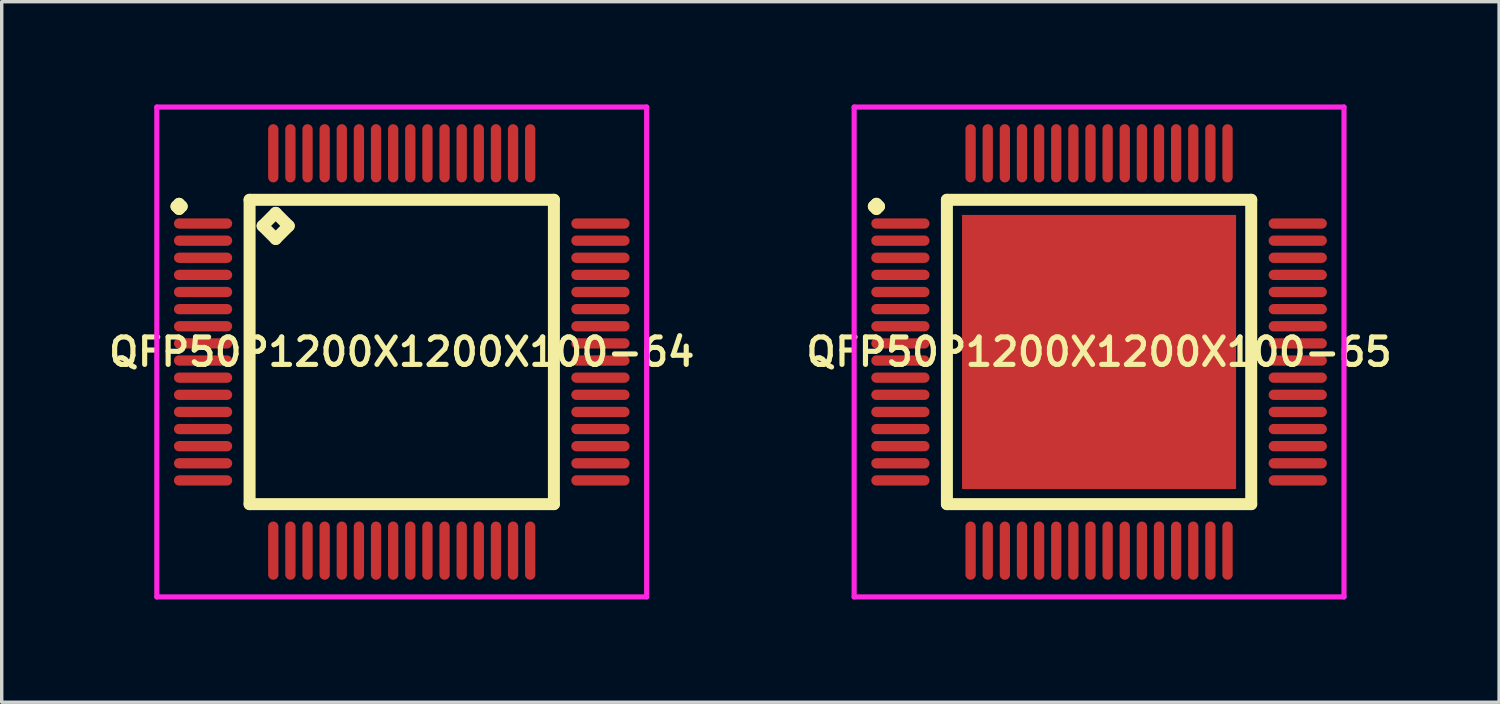
<source format=kicad_pcb>
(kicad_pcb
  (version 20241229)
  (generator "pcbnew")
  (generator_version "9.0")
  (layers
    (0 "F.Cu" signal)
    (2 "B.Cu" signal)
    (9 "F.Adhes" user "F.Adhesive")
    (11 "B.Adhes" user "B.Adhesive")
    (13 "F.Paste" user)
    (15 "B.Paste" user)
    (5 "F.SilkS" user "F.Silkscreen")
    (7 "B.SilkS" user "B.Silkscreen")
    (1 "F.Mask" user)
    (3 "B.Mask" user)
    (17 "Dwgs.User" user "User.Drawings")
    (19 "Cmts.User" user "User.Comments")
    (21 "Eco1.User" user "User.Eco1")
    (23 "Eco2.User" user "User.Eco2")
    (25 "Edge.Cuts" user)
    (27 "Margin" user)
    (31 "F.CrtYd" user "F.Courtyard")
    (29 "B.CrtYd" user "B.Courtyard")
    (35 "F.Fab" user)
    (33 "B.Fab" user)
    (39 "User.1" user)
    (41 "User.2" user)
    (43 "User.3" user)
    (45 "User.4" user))
  (footprint "QFP50P1200X1200X100-64"
    (layer "F.Cu")
    (at 8.678 7.225)
    (property "Reference" "QFP50P1200X1200X100-64" (at 0 0 0) (layer "F.SilkS") (effects (font (size 0.8 0.8) (thickness 0.15))))
    (attr smd)
    (fp_line (start -6.575 -4.25) (end -6.5 -4.325) (stroke (width 0.35) (type solid)) (layer "F.SilkS"))
    (fp_line (start -6.5 -4.325) (end -6.425 -4.25) (stroke (width 0.35) (type solid)) (layer "F.SilkS"))
    (fp_line (start -6.5 -4.175) (end -6.575 -4.25) (stroke (width 0.35) (type solid)) (layer "F.SilkS"))
    (fp_line (start -6.425 -4.25) (end -6.5 -4.175) (stroke (width 0.35) (type solid)) (layer "F.SilkS"))
    (fp_line (start -4.442 -4.442) (end -4.442 4.442) (stroke (width 0.35) (type solid)) (layer "F.SilkS"))
    (fp_line (start -4.442 4.442) (end 4.442 4.442) (stroke (width 0.35) (type solid)) (layer "F.SilkS"))
    (fp_line (start -4.061 -3.68) (end -3.68 -4.061) (stroke (width 0.35) (type solid)) (layer "F.SilkS"))
    (fp_line (start -3.68 -4.061) (end -3.299 -3.68) (stroke (width 0.35) (type solid)) (layer "F.SilkS"))
    (fp_line (start -3.68 -3.299) (end -4.061 -3.68) (stroke (width 0.35) (type solid)) (layer "F.SilkS"))
    (fp_line (start -3.299 -3.68) (end -3.68 -3.299) (stroke (width 0.35) (type solid)) (layer "F.SilkS"))
    (fp_line (start 4.442 -4.442) (end -4.442 -4.442) (stroke (width 0.35) (type solid)) (layer "F.SilkS"))
    (fp_line (start 4.442 4.442) (end 4.442 -4.442) (stroke (width 0.35) (type solid)) (layer "F.SilkS"))
    (fp_line (start -7.15 -7.15) (end 7.15 -7.15) (stroke (width 0.15) (type solid)) (layer "F.CrtYd"))
    (fp_line (start -7.15 7.15) (end -7.15 -7.15) (stroke (width 0.15) (type solid)) (layer "F.CrtYd"))
    (fp_line (start 7.15 -7.15) (end 7.15 7.15) (stroke (width 0.15) (type solid)) (layer "F.CrtYd"))
    (fp_line (start 7.15 7.15) (end -7.15 7.15) (stroke (width 0.15) (type solid)) (layer "F.CrtYd"))
    (pad "1" smd oval (at -5.8 -3.75) (size 1.7 0.3) (layers "F.Cu" "F.Mask" "F.Paste"))
    (pad "2" smd oval (at -5.8 -3.25) (size 1.7 0.3) (layers "F.Cu" "F.Mask" "F.Paste"))
    (pad "3" smd oval (at -5.8 -2.75) (size 1.7 0.3) (layers "F.Cu" "F.Mask" "F.Paste"))
    (pad "4" smd oval (at -5.8 -2.25) (size 1.7 0.3) (layers "F.Cu" "F.Mask" "F.Paste"))
    (pad "5" smd oval (at -5.8 -1.75) (size 1.7 0.3) (layers "F.Cu" "F.Mask" "F.Paste"))
    (pad "6" smd oval (at -5.8 -1.25) (size 1.7 0.3) (layers "F.Cu" "F.Mask" "F.Paste"))
    (pad "7" smd oval (at -5.8 -0.75) (size 1.7 0.3) (layers "F.Cu" "F.Mask" "F.Paste"))
    (pad "8" smd oval (at -5.8 -0.25) (size 1.7 0.3) (layers "F.Cu" "F.Mask" "F.Paste"))
    (pad "9" smd oval (at -5.8 0.25) (size 1.7 0.3) (layers "F.Cu" "F.Mask" "F.Paste"))
    (pad "10" smd oval (at -5.8 0.75) (size 1.7 0.3) (layers "F.Cu" "F.Mask" "F.Paste"))
    (pad "11" smd oval (at -5.8 1.25) (size 1.7 0.3) (layers "F.Cu" "F.Mask" "F.Paste"))
    (pad "12" smd oval (at -5.8 1.75) (size 1.7 0.3) (layers "F.Cu" "F.Mask" "F.Paste"))
    (pad "13" smd oval (at -5.8 2.25) (size 1.7 0.3) (layers "F.Cu" "F.Mask" "F.Paste"))
    (pad "14" smd oval (at -5.8 2.75) (size 1.7 0.3) (layers "F.Cu" "F.Mask" "F.Paste"))
    (pad "15" smd oval (at -5.8 3.25) (size 1.7 0.3) (layers "F.Cu" "F.Mask" "F.Paste"))
    (pad "16" smd oval (at -5.8 3.75) (size 1.7 0.3) (layers "F.Cu" "F.Mask" "F.Paste"))
    (pad "17" smd oval (at -3.75 5.8) (size 0.3 1.7) (layers "F.Cu" "F.Mask" "F.Paste"))
    (pad "18" smd oval (at -3.25 5.8) (size 0.3 1.7) (layers "F.Cu" "F.Mask" "F.Paste"))
    (pad "19" smd oval (at -2.75 5.8) (size 0.3 1.7) (layers "F.Cu" "F.Mask" "F.Paste"))
    (pad "20" smd oval (at -2.25 5.8) (size 0.3 1.7) (layers "F.Cu" "F.Mask" "F.Paste"))
    (pad "21" smd oval (at -1.75 5.8) (size 0.3 1.7) (layers "F.Cu" "F.Mask" "F.Paste"))
    (pad "22" smd oval (at -1.25 5.8) (size 0.3 1.7) (layers "F.Cu" "F.Mask" "F.Paste"))
    (pad "23" smd oval (at -0.75 5.8) (size 0.3 1.7) (layers "F.Cu" "F.Mask" "F.Paste"))
    (pad "24" smd oval (at -0.25 5.8) (size 0.3 1.7) (layers "F.Cu" "F.Mask" "F.Paste"))
    (pad "25" smd oval (at 0.25 5.8) (size 0.3 1.7) (layers "F.Cu" "F.Mask" "F.Paste"))
    (pad "26" smd oval (at 0.75 5.8) (size 0.3 1.7) (layers "F.Cu" "F.Mask" "F.Paste"))
    (pad "27" smd oval (at 1.25 5.8) (size 0.3 1.7) (layers "F.Cu" "F.Mask" "F.Paste"))
    (pad "28" smd oval (at 1.75 5.8) (size 0.3 1.7) (layers "F.Cu" "F.Mask" "F.Paste"))
    (pad "29" smd oval (at 2.25 5.8) (size 0.3 1.7) (layers "F.Cu" "F.Mask" "F.Paste"))
    (pad "30" smd oval (at 2.75 5.8) (size 0.3 1.7) (layers "F.Cu" "F.Mask" "F.Paste"))
    (pad "31" smd oval (at 3.25 5.8) (size 0.3 1.7) (layers "F.Cu" "F.Mask" "F.Paste"))
    (pad "32" smd oval (at 3.75 5.8) (size 0.3 1.7) (layers "F.Cu" "F.Mask" "F.Paste"))
    (pad "33" smd oval (at 5.8 3.75) (size 1.7 0.3) (layers "F.Cu" "F.Mask" "F.Paste"))
    (pad "34" smd oval (at 5.8 3.25) (size 1.7 0.3) (layers "F.Cu" "F.Mask" "F.Paste"))
    (pad "35" smd oval (at 5.8 2.75) (size 1.7 0.3) (layers "F.Cu" "F.Mask" "F.Paste"))
    (pad "36" smd oval (at 5.8 2.25) (size 1.7 0.3) (layers "F.Cu" "F.Mask" "F.Paste"))
    (pad "37" smd oval (at 5.8 1.75) (size 1.7 0.3) (layers "F.Cu" "F.Mask" "F.Paste"))
    (pad "38" smd oval (at 5.8 1.25) (size 1.7 0.3) (layers "F.Cu" "F.Mask" "F.Paste"))
    (pad "39" smd oval (at 5.8 0.75) (size 1.7 0.3) (layers "F.Cu" "F.Mask" "F.Paste"))
    (pad "40" smd oval (at 5.8 0.25) (size 1.7 0.3) (layers "F.Cu" "F.Mask" "F.Paste"))
    (pad "41" smd oval (at 5.8 -0.25) (size 1.7 0.3) (layers "F.Cu" "F.Mask" "F.Paste"))
    (pad "42" smd oval (at 5.8 -0.75) (size 1.7 0.3) (layers "F.Cu" "F.Mask" "F.Paste"))
    (pad "43" smd oval (at 5.8 -1.25) (size 1.7 0.3) (layers "F.Cu" "F.Mask" "F.Paste"))
    (pad "44" smd oval (at 5.8 -1.75) (size 1.7 0.3) (layers "F.Cu" "F.Mask" "F.Paste"))
    (pad "45" smd oval (at 5.8 -2.25) (size 1.7 0.3) (layers "F.Cu" "F.Mask" "F.Paste"))
    (pad "46" smd oval (at 5.8 -2.75) (size 1.7 0.3) (layers "F.Cu" "F.Mask" "F.Paste"))
    (pad "47" smd oval (at 5.8 -3.25) (size 1.7 0.3) (layers "F.Cu" "F.Mask" "F.Paste"))
    (pad "48" smd oval (at 5.8 -3.75) (size 1.7 0.3) (layers "F.Cu" "F.Mask" "F.Paste"))
    (pad "49" smd oval (at 3.75 -5.8) (size 0.3 1.7) (layers "F.Cu" "F.Mask" "F.Paste"))
    (pad "50" smd oval (at 3.25 -5.8) (size 0.3 1.7) (layers "F.Cu" "F.Mask" "F.Paste"))
    (pad "51" smd oval (at 2.75 -5.8) (size 0.3 1.7) (layers "F.Cu" "F.Mask" "F.Paste"))
    (pad "52" smd oval (at 2.25 -5.8) (size 0.3 1.7) (layers "F.Cu" "F.Mask" "F.Paste"))
    (pad "53" smd oval (at 1.75 -5.8) (size 0.3 1.7) (layers "F.Cu" "F.Mask" "F.Paste"))
    (pad "54" smd oval (at 1.25 -5.8) (size 0.3 1.7) (layers "F.Cu" "F.Mask" "F.Paste"))
    (pad "55" smd oval (at 0.75 -5.8) (size 0.3 1.7) (layers "F.Cu" "F.Mask" "F.Paste"))
    (pad "56" smd oval (at 0.25 -5.8) (size 0.3 1.7) (layers "F.Cu" "F.Mask" "F.Paste"))
    (pad "57" smd oval (at -0.25 -5.8) (size 0.3 1.7) (layers "F.Cu" "F.Mask" "F.Paste"))
    (pad "58" smd oval (at -0.75 -5.8) (size 0.3 1.7) (layers "F.Cu" "F.Mask" "F.Paste"))
    (pad "59" smd oval (at -1.25 -5.8) (size 0.3 1.7) (layers "F.Cu" "F.Mask" "F.Paste"))
    (pad "60" smd oval (at -1.75 -5.8) (size 0.3 1.7) (layers "F.Cu" "F.Mask" "F.Paste"))
    (pad "61" smd oval (at -2.25 -5.8) (size 0.3 1.7) (layers "F.Cu" "F.Mask" "F.Paste"))
    (pad "62" smd oval (at -2.75 -5.8) (size 0.3 1.7) (layers "F.Cu" "F.Mask" "F.Paste"))
    (pad "63" smd oval (at -3.25 -5.8) (size 0.3 1.7) (layers "F.Cu" "F.Mask" "F.Paste"))
    (pad "64" smd oval (at -3.75 -5.8) (size 0.3 1.7) (layers "F.Cu" "F.Mask" "F.Paste")))
  (footprint "QFP50P1200X1200X100-65"
    (layer "F.Cu")
    (at 29.035 7.225)
    (property "Reference" "QFP50P1200X1200X100-65" (at 0 0 0) (layer "F.SilkS") (effects (font (size 0.8 0.8) (thickness 0.15))))
    (attr smd)
    (fp_line (start -6.575 -4.25) (end -6.5 -4.325) (stroke (width 0.35) (type solid)) (layer "F.SilkS"))
    (fp_line (start -6.5 -4.325) (end -6.425 -4.25) (stroke (width 0.35) (type solid)) (layer "F.SilkS"))
    (fp_line (start -6.5 -4.175) (end -6.575 -4.25) (stroke (width 0.35) (type solid)) (layer "F.SilkS"))
    (fp_line (start -6.425 -4.25) (end -6.5 -4.175) (stroke (width 0.35) (type solid)) (layer "F.SilkS"))
    (fp_line (start -4.442 -4.442) (end -4.442 4.442) (stroke (width 0.35) (type solid)) (layer "F.SilkS"))
    (fp_line (start -4.442 4.442) (end 4.442 4.442) (stroke (width 0.35) (type solid)) (layer "F.SilkS"))
    (fp_line (start 4.442 -4.442) (end -4.442 -4.442) (stroke (width 0.35) (type solid)) (layer "F.SilkS"))
    (fp_line (start 4.442 4.442) (end 4.442 -4.442) (stroke (width 0.35) (type solid)) (layer "F.SilkS"))
    (fp_line (start -7.15 -7.15) (end 7.15 -7.15) (stroke (width 0.15) (type solid)) (layer "F.CrtYd"))
    (fp_line (start -7.15 7.15) (end -7.15 -7.15) (stroke (width 0.15) (type solid)) (layer "F.CrtYd"))
    (fp_line (start 7.15 -7.15) (end 7.15 7.15) (stroke (width 0.15) (type solid)) (layer "F.CrtYd"))
    (fp_line (start 7.15 7.15) (end -7.15 7.15) (stroke (width 0.15) (type solid)) (layer "F.CrtYd"))
    (pad "1" smd oval (at -5.8 -3.75) (size 1.7 0.3) (layers "F.Cu" "F.Mask" "F.Paste"))
    (pad "2" smd oval (at -5.8 -3.25) (size 1.7 0.3) (layers "F.Cu" "F.Mask" "F.Paste"))
    (pad "3" smd oval (at -5.8 -2.75) (size 1.7 0.3) (layers "F.Cu" "F.Mask" "F.Paste"))
    (pad "4" smd oval (at -5.8 -2.25) (size 1.7 0.3) (layers "F.Cu" "F.Mask" "F.Paste"))
    (pad "5" smd oval (at -5.8 -1.75) (size 1.7 0.3) (layers "F.Cu" "F.Mask" "F.Paste"))
    (pad "6" smd oval (at -5.8 -1.25) (size 1.7 0.3) (layers "F.Cu" "F.Mask" "F.Paste"))
    (pad "7" smd oval (at -5.8 -0.75) (size 1.7 0.3) (layers "F.Cu" "F.Mask" "F.Paste"))
    (pad "8" smd oval (at -5.8 -0.25) (size 1.7 0.3) (layers "F.Cu" "F.Mask" "F.Paste"))
    (pad "9" smd oval (at -5.8 0.25) (size 1.7 0.3) (layers "F.Cu" "F.Mask" "F.Paste"))
    (pad "10" smd oval (at -5.8 0.75) (size 1.7 0.3) (layers "F.Cu" "F.Mask" "F.Paste"))
    (pad "11" smd oval (at -5.8 1.25) (size 1.7 0.3) (layers "F.Cu" "F.Mask" "F.Paste"))
    (pad "12" smd oval (at -5.8 1.75) (size 1.7 0.3) (layers "F.Cu" "F.Mask" "F.Paste"))
    (pad "13" smd oval (at -5.8 2.25) (size 1.7 0.3) (layers "F.Cu" "F.Mask" "F.Paste"))
    (pad "14" smd oval (at -5.8 2.75) (size 1.7 0.3) (layers "F.Cu" "F.Mask" "F.Paste"))
    (pad "15" smd oval (at -5.8 3.25) (size 1.7 0.3) (layers "F.Cu" "F.Mask" "F.Paste"))
    (pad "16" smd oval (at -5.8 3.75) (size 1.7 0.3) (layers "F.Cu" "F.Mask" "F.Paste"))
    (pad "17" smd oval (at -3.75 5.8) (size 0.3 1.7) (layers "F.Cu" "F.Mask" "F.Paste"))
    (pad "18" smd oval (at -3.25 5.8) (size 0.3 1.7) (layers "F.Cu" "F.Mask" "F.Paste"))
    (pad "19" smd oval (at -2.75 5.8) (size 0.3 1.7) (layers "F.Cu" "F.Mask" "F.Paste"))
    (pad "20" smd oval (at -2.25 5.8) (size 0.3 1.7) (layers "F.Cu" "F.Mask" "F.Paste"))
    (pad "21" smd oval (at -1.75 5.8) (size 0.3 1.7) (layers "F.Cu" "F.Mask" "F.Paste"))
    (pad "22" smd oval (at -1.25 5.8) (size 0.3 1.7) (layers "F.Cu" "F.Mask" "F.Paste"))
    (pad "23" smd oval (at -0.75 5.8) (size 0.3 1.7) (layers "F.Cu" "F.Mask" "F.Paste"))
    (pad "24" smd oval (at -0.25 5.8) (size 0.3 1.7) (layers "F.Cu" "F.Mask" "F.Paste"))
    (pad "25" smd oval (at 0.25 5.8) (size 0.3 1.7) (layers "F.Cu" "F.Mask" "F.Paste"))
    (pad "26" smd oval (at 0.75 5.8) (size 0.3 1.7) (layers "F.Cu" "F.Mask" "F.Paste"))
    (pad "27" smd oval (at 1.25 5.8) (size 0.3 1.7) (layers "F.Cu" "F.Mask" "F.Paste"))
    (pad "28" smd oval (at 1.75 5.8) (size 0.3 1.7) (layers "F.Cu" "F.Mask" "F.Paste"))
    (pad "29" smd oval (at 2.25 5.8) (size 0.3 1.7) (layers "F.Cu" "F.Mask" "F.Paste"))
    (pad "30" smd oval (at 2.75 5.8) (size 0.3 1.7) (layers "F.Cu" "F.Mask" "F.Paste"))
    (pad "31" smd oval (at 3.25 5.8) (size 0.3 1.7) (layers "F.Cu" "F.Mask" "F.Paste"))
    (pad "32" smd oval (at 3.75 5.8) (size 0.3 1.7) (layers "F.Cu" "F.Mask" "F.Paste"))
    (pad "33" smd oval (at 5.8 3.75) (size 1.7 0.3) (layers "F.Cu" "F.Mask" "F.Paste"))
    (pad "34" smd oval (at 5.8 3.25) (size 1.7 0.3) (layers "F.Cu" "F.Mask" "F.Paste"))
    (pad "35" smd oval (at 5.8 2.75) (size 1.7 0.3) (layers "F.Cu" "F.Mask" "F.Paste"))
    (pad "36" smd oval (at 5.8 2.25) (size 1.7 0.3) (layers "F.Cu" "F.Mask" "F.Paste"))
    (pad "37" smd oval (at 5.8 1.75) (size 1.7 0.3) (layers "F.Cu" "F.Mask" "F.Paste"))
    (pad "38" smd oval (at 5.8 1.25) (size 1.7 0.3) (layers "F.Cu" "F.Mask" "F.Paste"))
    (pad "39" smd oval (at 5.8 0.75) (size 1.7 0.3) (layers "F.Cu" "F.Mask" "F.Paste"))
    (pad "40" smd oval (at 5.8 0.25) (size 1.7 0.3) (layers "F.Cu" "F.Mask" "F.Paste"))
    (pad "41" smd oval (at 5.8 -0.25) (size 1.7 0.3) (layers "F.Cu" "F.Mask" "F.Paste"))
    (pad "42" smd oval (at 5.8 -0.75) (size 1.7 0.3) (layers "F.Cu" "F.Mask" "F.Paste"))
    (pad "43" smd oval (at 5.8 -1.25) (size 1.7 0.3) (layers "F.Cu" "F.Mask" "F.Paste"))
    (pad "44" smd oval (at 5.8 -1.75) (size 1.7 0.3) (layers "F.Cu" "F.Mask" "F.Paste"))
    (pad "45" smd oval (at 5.8 -2.25) (size 1.7 0.3) (layers "F.Cu" "F.Mask" "F.Paste"))
    (pad "46" smd oval (at 5.8 -2.75) (size 1.7 0.3) (layers "F.Cu" "F.Mask" "F.Paste"))
    (pad "47" smd oval (at 5.8 -3.25) (size 1.7 0.3) (layers "F.Cu" "F.Mask" "F.Paste"))
    (pad "48" smd oval (at 5.8 -3.75) (size 1.7 0.3) (layers "F.Cu" "F.Mask" "F.Paste"))
    (pad "49" smd oval (at 3.75 -5.8) (size 0.3 1.7) (layers "F.Cu" "F.Mask" "F.Paste"))
    (pad "50" smd oval (at 3.25 -5.8) (size 0.3 1.7) (layers "F.Cu" "F.Mask" "F.Paste"))
    (pad "51" smd oval (at 2.75 -5.8) (size 0.3 1.7) (layers "F.Cu" "F.Mask" "F.Paste"))
    (pad "52" smd oval (at 2.25 -5.8) (size 0.3 1.7) (layers "F.Cu" "F.Mask" "F.Paste"))
    (pad "53" smd oval (at 1.75 -5.8) (size 0.3 1.7) (layers "F.Cu" "F.Mask" "F.Paste"))
    (pad "54" smd oval (at 1.25 -5.8) (size 0.3 1.7) (layers "F.Cu" "F.Mask" "F.Paste"))
    (pad "55" smd oval (at 0.75 -5.8) (size 0.3 1.7) (layers "F.Cu" "F.Mask" "F.Paste"))
    (pad "56" smd oval (at 0.25 -5.8) (size 0.3 1.7) (layers "F.Cu" "F.Mask" "F.Paste"))
    (pad "57" smd oval (at -0.25 -5.8) (size 0.3 1.7) (layers "F.Cu" "F.Mask" "F.Paste"))
    (pad "58" smd oval (at -0.75 -5.8) (size 0.3 1.7) (layers "F.Cu" "F.Mask" "F.Paste"))
    (pad "59" smd oval (at -1.25 -5.8) (size 0.3 1.7) (layers "F.Cu" "F.Mask" "F.Paste"))
    (pad "60" smd oval (at -1.75 -5.8) (size 0.3 1.7) (layers "F.Cu" "F.Mask" "F.Paste"))
    (pad "61" smd oval (at -2.25 -5.8) (size 0.3 1.7) (layers "F.Cu" "F.Mask" "F.Paste"))
    (pad "62" smd oval (at -2.75 -5.8) (size 0.3 1.7) (layers "F.Cu" "F.Mask" "F.Paste"))
    (pad "63" smd oval (at -3.25 -5.8) (size 0.3 1.7) (layers "F.Cu" "F.Mask" "F.Paste"))
    (pad "64" smd oval (at -3.75 -5.8) (size 0.3 1.7) (layers "F.Cu" "F.Mask" "F.Paste"))
    (pad "65" smd rect (at 0 0) (size 8 8) (layers "F.Cu" "F.Mask" "F.Paste")))
  (gr_rect
    (start -3 -3)
    (end 40.713 17.45)
    (stroke (width 0.1) (type default))
    (fill no)
    (layer "Edge.Cuts")))
</source>
